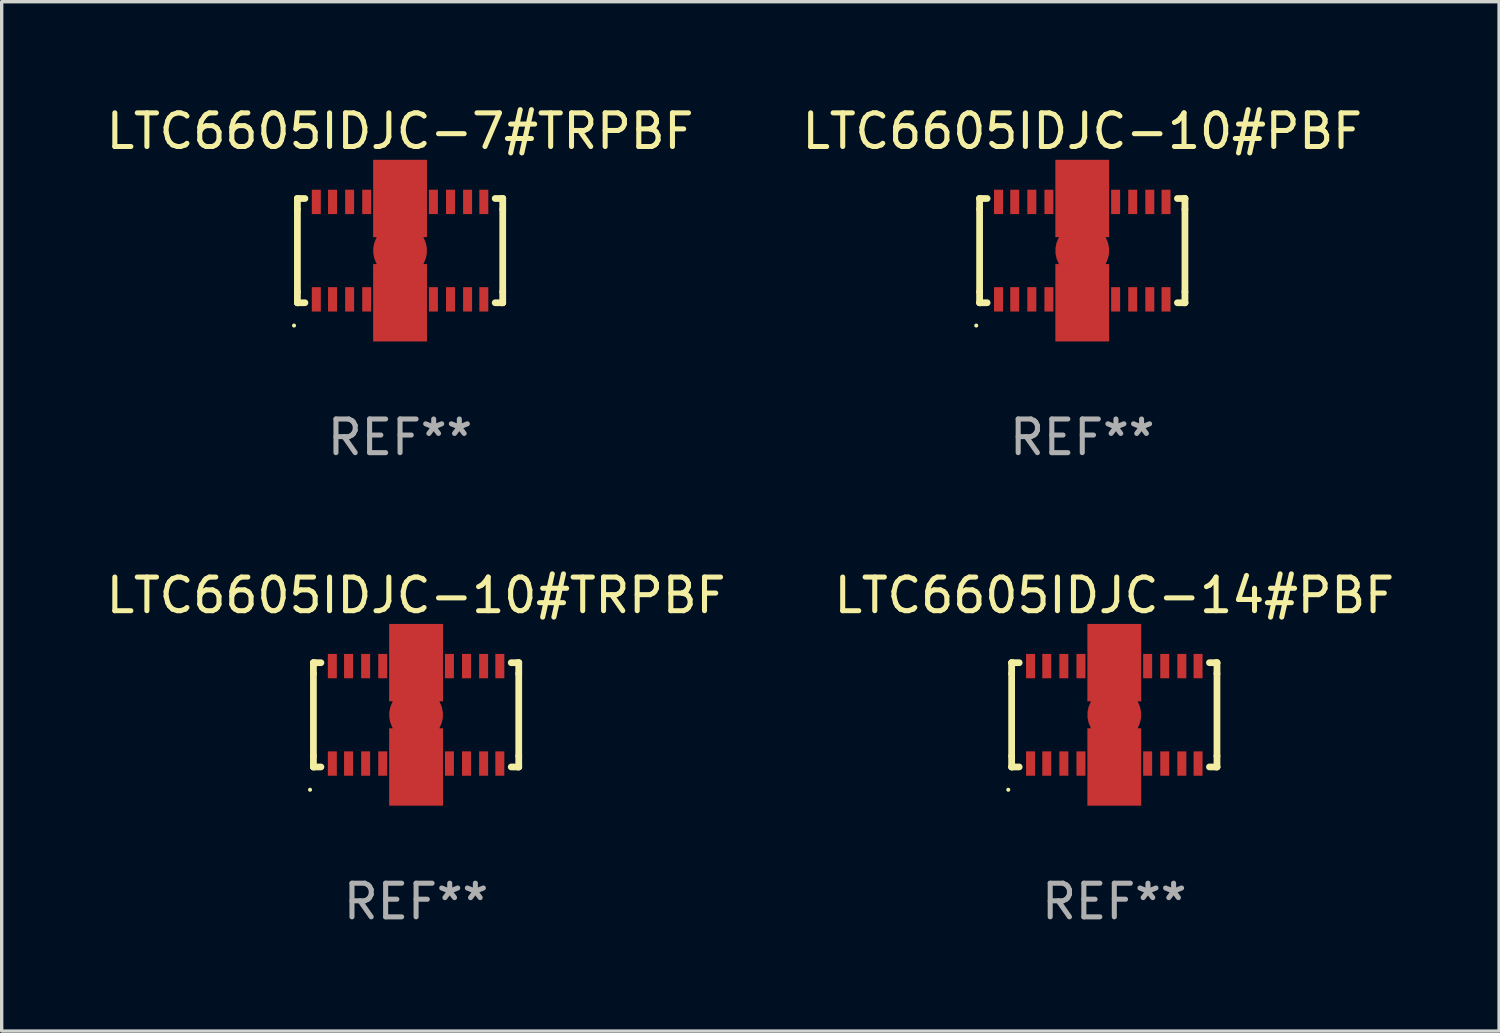
<source format=kicad_pcb>
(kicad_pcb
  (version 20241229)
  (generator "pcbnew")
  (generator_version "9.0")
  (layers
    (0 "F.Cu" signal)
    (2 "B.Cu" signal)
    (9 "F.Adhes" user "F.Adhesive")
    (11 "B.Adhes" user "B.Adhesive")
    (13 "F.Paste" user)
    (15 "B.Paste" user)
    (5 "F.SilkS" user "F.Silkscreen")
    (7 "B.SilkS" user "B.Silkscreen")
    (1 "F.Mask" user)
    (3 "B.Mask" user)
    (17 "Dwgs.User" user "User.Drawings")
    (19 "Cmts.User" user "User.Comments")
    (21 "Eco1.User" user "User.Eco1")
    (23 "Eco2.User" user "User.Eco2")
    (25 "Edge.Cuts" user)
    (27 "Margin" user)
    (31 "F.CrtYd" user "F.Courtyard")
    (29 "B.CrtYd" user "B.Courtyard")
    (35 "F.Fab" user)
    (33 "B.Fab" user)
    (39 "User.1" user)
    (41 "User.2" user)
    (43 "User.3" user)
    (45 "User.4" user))
  (footprint "LTC6605IDJC-7#TRPBF"
    (layer "F.Cu")
    (at 8.839 4.398)
    (property "Reference" "LTC6605IDJC-7#TRPBF" (at 0 -3.549 0) (layer "F.SilkS") (effects (font (size 1 1) (thickness 0.15))))
    (attr through_hole)
    (fp_line (start -3.051 -1.549) (end -3.025 -1.549) (stroke (width 0.201) (type solid)) (layer "F.SilkS"))
    (fp_line (start -3.051 -1.224) (end -3.051 -1.549) (stroke (width 0.201) (type solid)) (layer "F.SilkS"))
    (fp_line (start -3.051 1.224) (end -3.051 -1.224) (stroke (width 0.2) (type solid)) (layer "F.SilkS"))
    (fp_line (start -3.051 1.549) (end -3.051 1.224) (stroke (width 0.201) (type solid)) (layer "F.SilkS"))
    (fp_line (start -3.051 1.549) (end -2.827 1.549) (stroke (width 0.2) (type solid)) (layer "F.SilkS"))
    (fp_line (start -3.025 1.549) (end -3.051 1.549) (stroke (width 0.201) (type solid)) (layer "F.SilkS"))
    (fp_line (start -2.827 -1.549) (end -3.051 -1.549) (stroke (width 0.2) (type solid)) (layer "F.SilkS"))
    (fp_line (start 2.827 1.549) (end 3.051 1.549) (stroke (width 0.2) (type solid)) (layer "F.SilkS"))
    (fp_line (start 3.051 -1.549) (end 2.827 -1.549) (stroke (width 0.2) (type solid)) (layer "F.SilkS"))
    (fp_line (start 3.051 -1.549) (end 3.025 -1.549) (stroke (width 0.201) (type solid)) (layer "F.SilkS"))
    (fp_line (start 3.051 -1.224) (end 3.051 -1.549) (stroke (width 0.201) (type solid)) (layer "F.SilkS"))
    (fp_line (start 3.051 -1.224) (end 3.051 1.224) (stroke (width 0.2) (type solid)) (layer "F.SilkS"))
    (fp_line (start 3.051 1.224) (end 3.051 1.549) (stroke (width 0.201) (type solid)) (layer "F.SilkS"))
    (fp_line (start 3.051 1.549) (end 3.025 1.549) (stroke (width 0.201) (type solid)) (layer "F.SilkS"))
    (fp_circle (center -3.151 2.227) (end -3.121 2.227) (stroke (width 0.06) (type solid)) (fill no) (layer "F.SilkS"))
    (fp_text user "REF**" (at 0 5.549 0) (layer "F.Fab") (effects (font (size 1 1) (thickness 0.15))))
    (pad "1" smd rect (at -2.489 1.448 180) (size 0.267 0.724) (layers "F.Cu" "F.Mask" "F.Paste"))
    (pad "2" smd rect (at -2.007 1.448 180) (size 0.267 0.724) (layers "F.Cu" "F.Mask" "F.Paste"))
    (pad "3" smd rect (at -1.499 1.448 180) (size 0.267 0.724) (layers "F.Cu" "F.Mask" "F.Paste"))
    (pad "4" smd rect (at -0.991 1.448 180) (size 0.267 0.724) (layers "F.Cu" "F.Mask" "F.Paste"))
    (pad "5" smd rect (at -0.508 1.448 180) (size 0.267 0.724) (layers "F.Cu" "F.Mask" "F.Paste"))
    (pad "6" smd rect (at 0 1.448 180) (size 0.267 0.724) (layers "F.Cu" "F.Mask" "F.Paste"))
    (pad "7" smd rect (at 0.508 1.448 180) (size 0.267 0.724) (layers "F.Cu" "F.Mask" "F.Paste"))
    (pad "8" smd rect (at 0.991 1.448 180) (size 0.267 0.724) (layers "F.Cu" "F.Mask" "F.Paste"))
    (pad "9" smd rect (at 1.499 1.448 180) (size 0.267 0.724) (layers "F.Cu" "F.Mask" "F.Paste"))
    (pad "10" smd rect (at 2.007 1.448 180) (size 0.267 0.724) (layers "F.Cu" "F.Mask" "F.Paste"))
    (pad "11" smd rect (at 2.489 1.448 180) (size 0.267 0.724) (layers "F.Cu" "F.Mask" "F.Paste"))
    (pad "12" smd rect (at 2.489 -1.448 180) (size 0.267 0.724) (layers "F.Cu" "F.Mask" "F.Paste"))
    (pad "13" smd rect (at 2.007 -1.448 180) (size 0.267 0.724) (layers "F.Cu" "F.Mask" "F.Paste"))
    (pad "14" smd rect (at 1.499 -1.448 180) (size 0.267 0.724) (layers "F.Cu" "F.Mask" "F.Paste"))
    (pad "15" smd rect (at 0.991 -1.448 180) (size 0.267 0.724) (layers "F.Cu" "F.Mask" "F.Paste"))
    (pad "16" smd rect (at 0.508 -1.448 180) (size 0.267 0.724) (layers "F.Cu" "F.Mask" "F.Paste"))
    (pad "17" smd rect (at 0 -1.448 180) (size 0.267 0.724) (layers "F.Cu" "F.Mask" "F.Paste"))
    (pad "18" smd rect (at -0.508 -1.448 180) (size 0.267 0.724) (layers "F.Cu" "F.Mask" "F.Paste"))
    (pad "19" smd rect (at -0.991 -1.448 180) (size 0.267 0.724) (layers "F.Cu" "F.Mask" "F.Paste"))
    (pad "20" smd rect (at -1.499 -1.448 180) (size 0.267 0.724) (layers "F.Cu" "F.Mask" "F.Paste"))
    (pad "21" smd rect (at -2.007 -1.448 180) (size 0.267 0.724) (layers "F.Cu" "F.Mask" "F.Paste"))
    (pad "22" smd rect (at -2.489 -1.448 180) (size 0.267 0.724) (layers "F.Cu" "F.Mask" "F.Paste"))
    (pad "23" smd custom (at 0 0 90) (size 1.6 5.4) (layers "F.Cu" "F.Mask" "F.Paste") (options (anchor circle)) (primitives (gr_poly (pts (xy -2.7 0.8) (xy -2.7 -0.8) (xy -0.4 -0.8) (xy -0.4 -0.5) (xy 0.4 -0.5) (xy 0.4 -0.8) (xy 2.7 -0.8) (xy 2.7 0.8) (xy 0.4 0.8) (xy 0.4 0.5) (xy -0.4 0.5) (xy -0.4 0.8) (xy -2.7 0.8)) (width 0) (fill yes)))))
  (footprint "LTC6605IDJC-10#TRPBF"
    (layer "F.Cu")
    (at 9.315 18.193)
    (property "Reference" "LTC6605IDJC-10#TRPBF" (at 0 -3.549 0) (layer "F.SilkS") (effects (font (size 1 1) (thickness 0.15))))
    (attr through_hole)
    (fp_line (start -3.051 -1.549) (end -3.025 -1.549) (stroke (width 0.201) (type solid)) (layer "F.SilkS"))
    (fp_line (start -3.051 -1.224) (end -3.051 -1.549) (stroke (width 0.201) (type solid)) (layer "F.SilkS"))
    (fp_line (start -3.051 1.224) (end -3.051 -1.224) (stroke (width 0.2) (type solid)) (layer "F.SilkS"))
    (fp_line (start -3.051 1.549) (end -3.051 1.224) (stroke (width 0.201) (type solid)) (layer "F.SilkS"))
    (fp_line (start -3.051 1.549) (end -2.827 1.549) (stroke (width 0.2) (type solid)) (layer "F.SilkS"))
    (fp_line (start -3.025 1.549) (end -3.051 1.549) (stroke (width 0.201) (type solid)) (layer "F.SilkS"))
    (fp_line (start -2.827 -1.549) (end -3.051 -1.549) (stroke (width 0.2) (type solid)) (layer "F.SilkS"))
    (fp_line (start 2.827 1.549) (end 3.051 1.549) (stroke (width 0.2) (type solid)) (layer "F.SilkS"))
    (fp_line (start 3.051 -1.549) (end 2.827 -1.549) (stroke (width 0.2) (type solid)) (layer "F.SilkS"))
    (fp_line (start 3.051 -1.549) (end 3.025 -1.549) (stroke (width 0.201) (type solid)) (layer "F.SilkS"))
    (fp_line (start 3.051 -1.224) (end 3.051 -1.549) (stroke (width 0.201) (type solid)) (layer "F.SilkS"))
    (fp_line (start 3.051 -1.224) (end 3.051 1.224) (stroke (width 0.2) (type solid)) (layer "F.SilkS"))
    (fp_line (start 3.051 1.224) (end 3.051 1.549) (stroke (width 0.201) (type solid)) (layer "F.SilkS"))
    (fp_line (start 3.051 1.549) (end 3.025 1.549) (stroke (width 0.201) (type solid)) (layer "F.SilkS"))
    (fp_circle (center -3.151 2.227) (end -3.121 2.227) (stroke (width 0.06) (type solid)) (fill no) (layer "F.SilkS"))
    (fp_text user "REF**" (at 0 5.549 0) (layer "F.Fab") (effects (font (size 1 1) (thickness 0.15))))
    (pad "1" smd rect (at -2.489 1.448 180) (size 0.267 0.724) (layers "F.Cu" "F.Mask" "F.Paste"))
    (pad "2" smd rect (at -2.007 1.448 180) (size 0.267 0.724) (layers "F.Cu" "F.Mask" "F.Paste"))
    (pad "3" smd rect (at -1.499 1.448 180) (size 0.267 0.724) (layers "F.Cu" "F.Mask" "F.Paste"))
    (pad "4" smd rect (at -0.991 1.448 180) (size 0.267 0.724) (layers "F.Cu" "F.Mask" "F.Paste"))
    (pad "5" smd rect (at -0.508 1.448 180) (size 0.267 0.724) (layers "F.Cu" "F.Mask" "F.Paste"))
    (pad "6" smd rect (at 0 1.448 180) (size 0.267 0.724) (layers "F.Cu" "F.Mask" "F.Paste"))
    (pad "7" smd rect (at 0.508 1.448 180) (size 0.267 0.724) (layers "F.Cu" "F.Mask" "F.Paste"))
    (pad "8" smd rect (at 0.991 1.448 180) (size 0.267 0.724) (layers "F.Cu" "F.Mask" "F.Paste"))
    (pad "9" smd rect (at 1.499 1.448 180) (size 0.267 0.724) (layers "F.Cu" "F.Mask" "F.Paste"))
    (pad "10" smd rect (at 2.007 1.448 180) (size 0.267 0.724) (layers "F.Cu" "F.Mask" "F.Paste"))
    (pad "11" smd rect (at 2.489 1.448 180) (size 0.267 0.724) (layers "F.Cu" "F.Mask" "F.Paste"))
    (pad "12" smd rect (at 2.489 -1.448 180) (size 0.267 0.724) (layers "F.Cu" "F.Mask" "F.Paste"))
    (pad "13" smd rect (at 2.007 -1.448 180) (size 0.267 0.724) (layers "F.Cu" "F.Mask" "F.Paste"))
    (pad "14" smd rect (at 1.499 -1.448 180) (size 0.267 0.724) (layers "F.Cu" "F.Mask" "F.Paste"))
    (pad "15" smd rect (at 0.991 -1.448 180) (size 0.267 0.724) (layers "F.Cu" "F.Mask" "F.Paste"))
    (pad "16" smd rect (at 0.508 -1.448 180) (size 0.267 0.724) (layers "F.Cu" "F.Mask" "F.Paste"))
    (pad "17" smd rect (at 0 -1.448 180) (size 0.267 0.724) (layers "F.Cu" "F.Mask" "F.Paste"))
    (pad "18" smd rect (at -0.508 -1.448 180) (size 0.267 0.724) (layers "F.Cu" "F.Mask" "F.Paste"))
    (pad "19" smd rect (at -0.991 -1.448 180) (size 0.267 0.724) (layers "F.Cu" "F.Mask" "F.Paste"))
    (pad "20" smd rect (at -1.499 -1.448 180) (size 0.267 0.724) (layers "F.Cu" "F.Mask" "F.Paste"))
    (pad "21" smd rect (at -2.007 -1.448 180) (size 0.267 0.724) (layers "F.Cu" "F.Mask" "F.Paste"))
    (pad "22" smd rect (at -2.489 -1.448 180) (size 0.267 0.724) (layers "F.Cu" "F.Mask" "F.Paste"))
    (pad "23" smd custom (at 0 0 90) (size 1.6 5.4) (layers "F.Cu" "F.Mask" "F.Paste") (options (anchor circle)) (primitives (gr_poly (pts (xy -2.7 0.8) (xy -2.7 -0.8) (xy -0.4 -0.8) (xy -0.4 -0.5) (xy 0.4 -0.5) (xy 0.4 -0.8) (xy 2.7 -0.8) (xy 2.7 0.8) (xy 0.4 0.8) (xy 0.4 0.5) (xy -0.4 0.5) (xy -0.4 0.8) (xy -2.7 0.8)) (width 0) (fill yes)))))
  (footprint "LTC6605IDJC-10#PBF"
    (layer "F.Cu")
    (at 29.113 4.398)
    (property "Reference" "LTC6605IDJC-10#PBF" (at 0 -3.549 0) (layer "F.SilkS") (effects (font (size 1 1) (thickness 0.15))))
    (attr through_hole)
    (fp_line (start -3.051 -1.549) (end -3.025 -1.549) (stroke (width 0.201) (type solid)) (layer "F.SilkS"))
    (fp_line (start -3.051 -1.224) (end -3.051 -1.549) (stroke (width 0.201) (type solid)) (layer "F.SilkS"))
    (fp_line (start -3.051 1.224) (end -3.051 -1.224) (stroke (width 0.2) (type solid)) (layer "F.SilkS"))
    (fp_line (start -3.051 1.549) (end -3.051 1.224) (stroke (width 0.201) (type solid)) (layer "F.SilkS"))
    (fp_line (start -3.051 1.549) (end -2.827 1.549) (stroke (width 0.2) (type solid)) (layer "F.SilkS"))
    (fp_line (start -3.025 1.549) (end -3.051 1.549) (stroke (width 0.201) (type solid)) (layer "F.SilkS"))
    (fp_line (start -2.827 -1.549) (end -3.051 -1.549) (stroke (width 0.2) (type solid)) (layer "F.SilkS"))
    (fp_line (start 2.827 1.549) (end 3.051 1.549) (stroke (width 0.2) (type solid)) (layer "F.SilkS"))
    (fp_line (start 3.051 -1.549) (end 2.827 -1.549) (stroke (width 0.2) (type solid)) (layer "F.SilkS"))
    (fp_line (start 3.051 -1.549) (end 3.025 -1.549) (stroke (width 0.201) (type solid)) (layer "F.SilkS"))
    (fp_line (start 3.051 -1.224) (end 3.051 -1.549) (stroke (width 0.201) (type solid)) (layer "F.SilkS"))
    (fp_line (start 3.051 -1.224) (end 3.051 1.224) (stroke (width 0.2) (type solid)) (layer "F.SilkS"))
    (fp_line (start 3.051 1.224) (end 3.051 1.549) (stroke (width 0.201) (type solid)) (layer "F.SilkS"))
    (fp_line (start 3.051 1.549) (end 3.025 1.549) (stroke (width 0.201) (type solid)) (layer "F.SilkS"))
    (fp_circle (center -3.151 2.227) (end -3.121 2.227) (stroke (width 0.06) (type solid)) (fill no) (layer "F.SilkS"))
    (fp_text user "REF**" (at 0 5.549 0) (layer "F.Fab") (effects (font (size 1 1) (thickness 0.15))))
    (pad "1" smd rect (at -2.489 1.448 180) (size 0.267 0.724) (layers "F.Cu" "F.Mask" "F.Paste"))
    (pad "2" smd rect (at -2.007 1.448 180) (size 0.267 0.724) (layers "F.Cu" "F.Mask" "F.Paste"))
    (pad "3" smd rect (at -1.499 1.448 180) (size 0.267 0.724) (layers "F.Cu" "F.Mask" "F.Paste"))
    (pad "4" smd rect (at -0.991 1.448 180) (size 0.267 0.724) (layers "F.Cu" "F.Mask" "F.Paste"))
    (pad "5" smd rect (at -0.508 1.448 180) (size 0.267 0.724) (layers "F.Cu" "F.Mask" "F.Paste"))
    (pad "6" smd rect (at 0 1.448 180) (size 0.267 0.724) (layers "F.Cu" "F.Mask" "F.Paste"))
    (pad "7" smd rect (at 0.508 1.448 180) (size 0.267 0.724) (layers "F.Cu" "F.Mask" "F.Paste"))
    (pad "8" smd rect (at 0.991 1.448 180) (size 0.267 0.724) (layers "F.Cu" "F.Mask" "F.Paste"))
    (pad "9" smd rect (at 1.499 1.448 180) (size 0.267 0.724) (layers "F.Cu" "F.Mask" "F.Paste"))
    (pad "10" smd rect (at 2.007 1.448 180) (size 0.267 0.724) (layers "F.Cu" "F.Mask" "F.Paste"))
    (pad "11" smd rect (at 2.489 1.448 180) (size 0.267 0.724) (layers "F.Cu" "F.Mask" "F.Paste"))
    (pad "12" smd rect (at 2.489 -1.448 180) (size 0.267 0.724) (layers "F.Cu" "F.Mask" "F.Paste"))
    (pad "13" smd rect (at 2.007 -1.448 180) (size 0.267 0.724) (layers "F.Cu" "F.Mask" "F.Paste"))
    (pad "14" smd rect (at 1.499 -1.448 180) (size 0.267 0.724) (layers "F.Cu" "F.Mask" "F.Paste"))
    (pad "15" smd rect (at 0.991 -1.448 180) (size 0.267 0.724) (layers "F.Cu" "F.Mask" "F.Paste"))
    (pad "16" smd rect (at 0.508 -1.448 180) (size 0.267 0.724) (layers "F.Cu" "F.Mask" "F.Paste"))
    (pad "17" smd rect (at 0 -1.448 180) (size 0.267 0.724) (layers "F.Cu" "F.Mask" "F.Paste"))
    (pad "18" smd rect (at -0.508 -1.448 180) (size 0.267 0.724) (layers "F.Cu" "F.Mask" "F.Paste"))
    (pad "19" smd rect (at -0.991 -1.448 180) (size 0.267 0.724) (layers "F.Cu" "F.Mask" "F.Paste"))
    (pad "20" smd rect (at -1.499 -1.448 180) (size 0.267 0.724) (layers "F.Cu" "F.Mask" "F.Paste"))
    (pad "21" smd rect (at -2.007 -1.448 180) (size 0.267 0.724) (layers "F.Cu" "F.Mask" "F.Paste"))
    (pad "22" smd rect (at -2.489 -1.448 180) (size 0.267 0.724) (layers "F.Cu" "F.Mask" "F.Paste"))
    (pad "23" smd custom (at 0 0 90) (size 1.6 5.4) (layers "F.Cu" "F.Mask" "F.Paste") (options (anchor circle)) (primitives (gr_poly (pts (xy -2.7 0.8) (xy -2.7 -0.8) (xy -0.4 -0.8) (xy -0.4 -0.5) (xy 0.4 -0.5) (xy 0.4 -0.8) (xy 2.7 -0.8) (xy 2.7 0.8) (xy 0.4 0.8) (xy 0.4 0.5) (xy -0.4 0.5) (xy -0.4 0.8) (xy -2.7 0.8)) (width 0) (fill yes)))))
  (footprint "LTC6605IDJC-14#PBF"
    (layer "F.Cu")
    (at 30.065 18.193)
    (property "Reference" "LTC6605IDJC-14#PBF" (at 0 -3.549 0) (layer "F.SilkS") (effects (font (size 1 1) (thickness 0.15))))
    (attr through_hole)
    (fp_line (start -3.051 -1.549) (end -3.025 -1.549) (stroke (width 0.201) (type solid)) (layer "F.SilkS"))
    (fp_line (start -3.051 -1.224) (end -3.051 -1.549) (stroke (width 0.201) (type solid)) (layer "F.SilkS"))
    (fp_line (start -3.051 1.224) (end -3.051 -1.224) (stroke (width 0.2) (type solid)) (layer "F.SilkS"))
    (fp_line (start -3.051 1.549) (end -3.051 1.224) (stroke (width 0.201) (type solid)) (layer "F.SilkS"))
    (fp_line (start -3.051 1.549) (end -2.827 1.549) (stroke (width 0.2) (type solid)) (layer "F.SilkS"))
    (fp_line (start -3.025 1.549) (end -3.051 1.549) (stroke (width 0.201) (type solid)) (layer "F.SilkS"))
    (fp_line (start -2.827 -1.549) (end -3.051 -1.549) (stroke (width 0.2) (type solid)) (layer "F.SilkS"))
    (fp_line (start 2.827 1.549) (end 3.051 1.549) (stroke (width 0.2) (type solid)) (layer "F.SilkS"))
    (fp_line (start 3.051 -1.549) (end 2.827 -1.549) (stroke (width 0.2) (type solid)) (layer "F.SilkS"))
    (fp_line (start 3.051 -1.549) (end 3.025 -1.549) (stroke (width 0.201) (type solid)) (layer "F.SilkS"))
    (fp_line (start 3.051 -1.224) (end 3.051 -1.549) (stroke (width 0.201) (type solid)) (layer "F.SilkS"))
    (fp_line (start 3.051 -1.224) (end 3.051 1.224) (stroke (width 0.2) (type solid)) (layer "F.SilkS"))
    (fp_line (start 3.051 1.224) (end 3.051 1.549) (stroke (width 0.201) (type solid)) (layer "F.SilkS"))
    (fp_line (start 3.051 1.549) (end 3.025 1.549) (stroke (width 0.201) (type solid)) (layer "F.SilkS"))
    (fp_circle (center -3.151 2.227) (end -3.121 2.227) (stroke (width 0.06) (type solid)) (fill no) (layer "F.SilkS"))
    (fp_text user "REF**" (at 0 5.549 0) (layer "F.Fab") (effects (font (size 1 1) (thickness 0.15))))
    (pad "1" smd rect (at -2.489 1.448 180) (size 0.267 0.724) (layers "F.Cu" "F.Mask" "F.Paste"))
    (pad "2" smd rect (at -2.007 1.448 180) (size 0.267 0.724) (layers "F.Cu" "F.Mask" "F.Paste"))
    (pad "3" smd rect (at -1.499 1.448 180) (size 0.267 0.724) (layers "F.Cu" "F.Mask" "F.Paste"))
    (pad "4" smd rect (at -0.991 1.448 180) (size 0.267 0.724) (layers "F.Cu" "F.Mask" "F.Paste"))
    (pad "5" smd rect (at -0.508 1.448 180) (size 0.267 0.724) (layers "F.Cu" "F.Mask" "F.Paste"))
    (pad "6" smd rect (at 0 1.448 180) (size 0.267 0.724) (layers "F.Cu" "F.Mask" "F.Paste"))
    (pad "7" smd rect (at 0.508 1.448 180) (size 0.267 0.724) (layers "F.Cu" "F.Mask" "F.Paste"))
    (pad "8" smd rect (at 0.991 1.448 180) (size 0.267 0.724) (layers "F.Cu" "F.Mask" "F.Paste"))
    (pad "9" smd rect (at 1.499 1.448 180) (size 0.267 0.724) (layers "F.Cu" "F.Mask" "F.Paste"))
    (pad "10" smd rect (at 2.007 1.448 180) (size 0.267 0.724) (layers "F.Cu" "F.Mask" "F.Paste"))
    (pad "11" smd rect (at 2.489 1.448 180) (size 0.267 0.724) (layers "F.Cu" "F.Mask" "F.Paste"))
    (pad "12" smd rect (at 2.489 -1.448 180) (size 0.267 0.724) (layers "F.Cu" "F.Mask" "F.Paste"))
    (pad "13" smd rect (at 2.007 -1.448 180) (size 0.267 0.724) (layers "F.Cu" "F.Mask" "F.Paste"))
    (pad "14" smd rect (at 1.499 -1.448 180) (size 0.267 0.724) (layers "F.Cu" "F.Mask" "F.Paste"))
    (pad "15" smd rect (at 0.991 -1.448 180) (size 0.267 0.724) (layers "F.Cu" "F.Mask" "F.Paste"))
    (pad "16" smd rect (at 0.508 -1.448 180) (size 0.267 0.724) (layers "F.Cu" "F.Mask" "F.Paste"))
    (pad "17" smd rect (at 0 -1.448 180) (size 0.267 0.724) (layers "F.Cu" "F.Mask" "F.Paste"))
    (pad "18" smd rect (at -0.508 -1.448 180) (size 0.267 0.724) (layers "F.Cu" "F.Mask" "F.Paste"))
    (pad "19" smd rect (at -0.991 -1.448 180) (size 0.267 0.724) (layers "F.Cu" "F.Mask" "F.Paste"))
    (pad "20" smd rect (at -1.499 -1.448 180) (size 0.267 0.724) (layers "F.Cu" "F.Mask" "F.Paste"))
    (pad "21" smd rect (at -2.007 -1.448 180) (size 0.267 0.724) (layers "F.Cu" "F.Mask" "F.Paste"))
    (pad "22" smd rect (at -2.489 -1.448 180) (size 0.267 0.724) (layers "F.Cu" "F.Mask" "F.Paste"))
    (pad "23" smd custom (at 0 0 90) (size 1.6 5.4) (layers "F.Cu" "F.Mask" "F.Paste") (options (anchor circle)) (primitives (gr_poly (pts (xy -2.7 0.8) (xy -2.7 -0.8) (xy -0.4 -0.8) (xy -0.4 -0.5) (xy 0.4 -0.5) (xy 0.4 -0.8) (xy 2.7 -0.8) (xy 2.7 0.8) (xy 0.4 0.8) (xy 0.4 0.5) (xy -0.4 0.5) (xy -0.4 0.8) (xy -2.7 0.8)) (width 0) (fill yes)))))
  (gr_rect
    (start -3 -3)
    (end 41.5 27.591)
    (stroke (width 0.1) (type default))
    (fill no)
    (layer "Edge.Cuts")))
</source>
